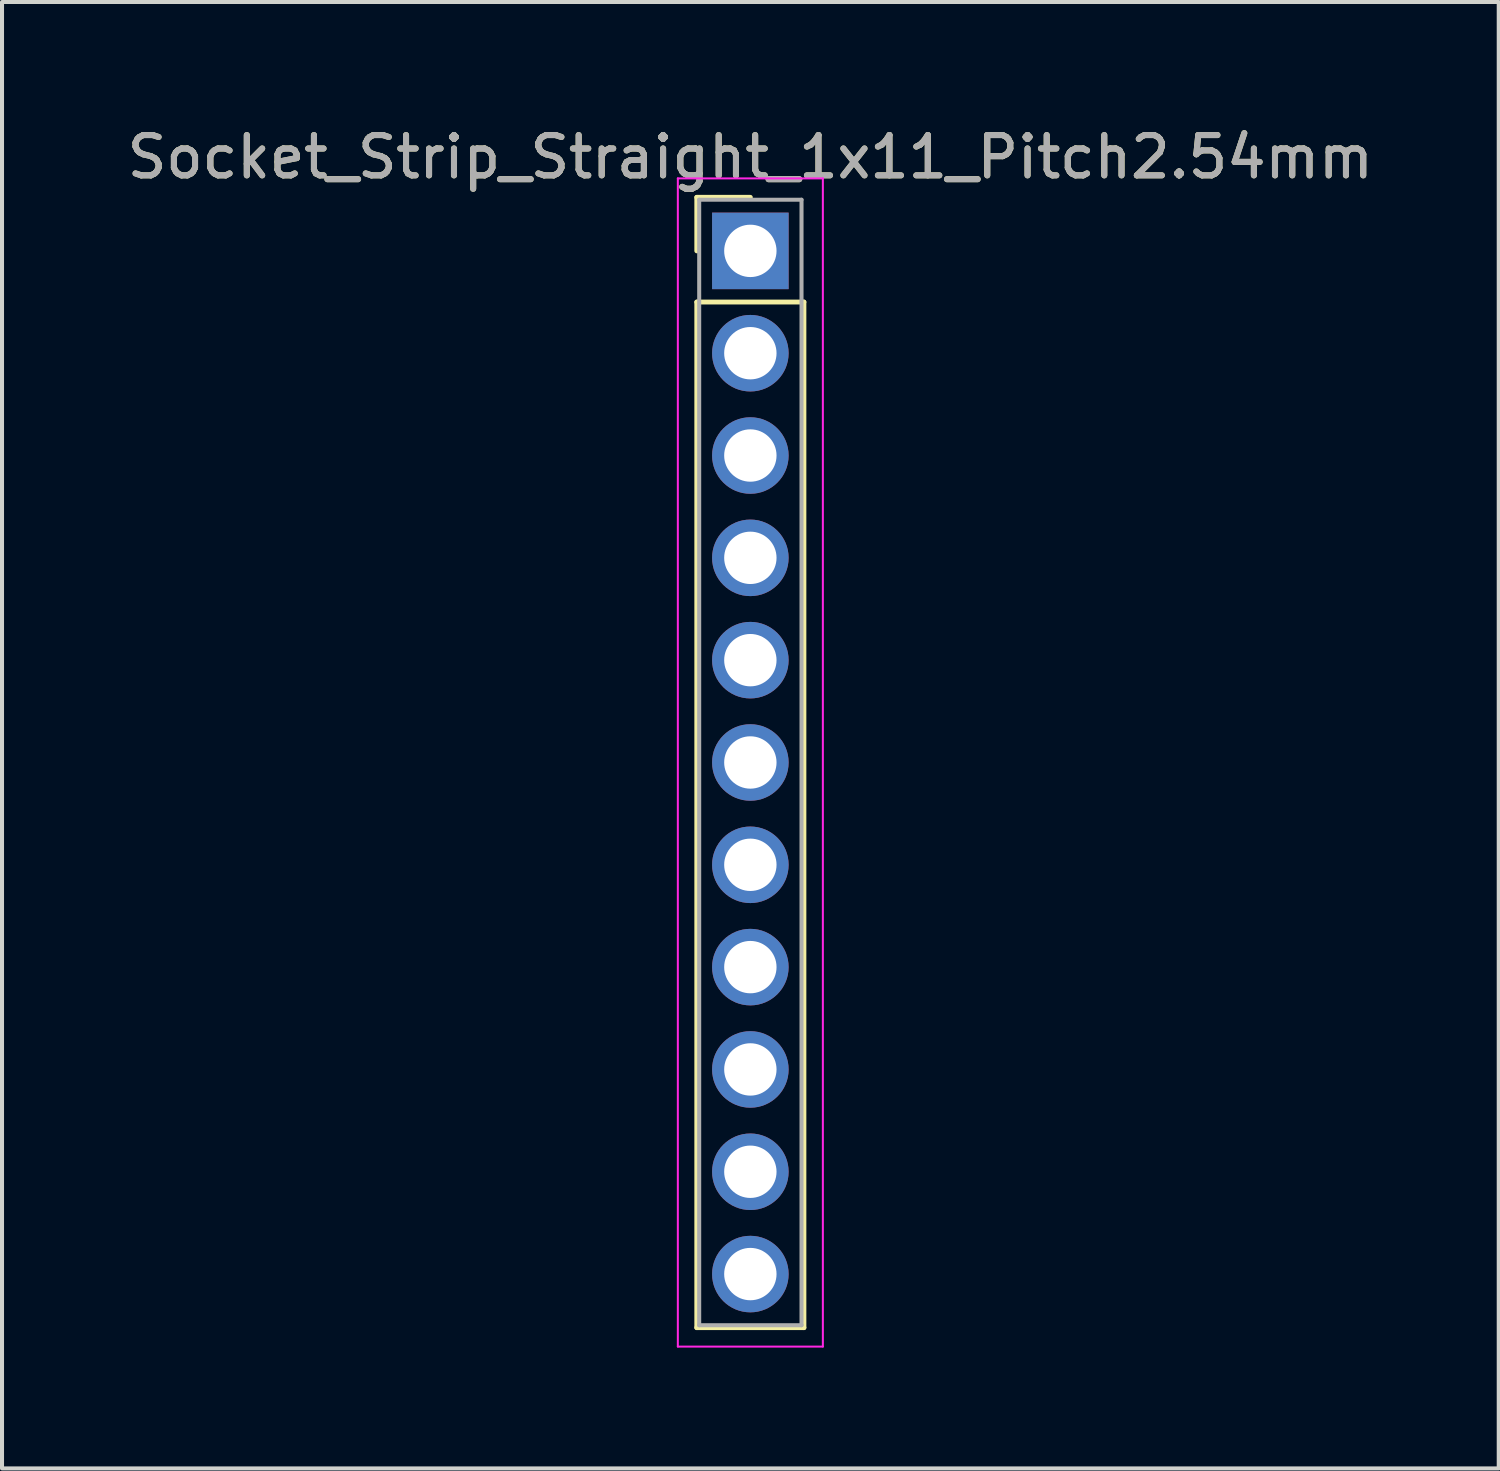
<source format=kicad_pcb>
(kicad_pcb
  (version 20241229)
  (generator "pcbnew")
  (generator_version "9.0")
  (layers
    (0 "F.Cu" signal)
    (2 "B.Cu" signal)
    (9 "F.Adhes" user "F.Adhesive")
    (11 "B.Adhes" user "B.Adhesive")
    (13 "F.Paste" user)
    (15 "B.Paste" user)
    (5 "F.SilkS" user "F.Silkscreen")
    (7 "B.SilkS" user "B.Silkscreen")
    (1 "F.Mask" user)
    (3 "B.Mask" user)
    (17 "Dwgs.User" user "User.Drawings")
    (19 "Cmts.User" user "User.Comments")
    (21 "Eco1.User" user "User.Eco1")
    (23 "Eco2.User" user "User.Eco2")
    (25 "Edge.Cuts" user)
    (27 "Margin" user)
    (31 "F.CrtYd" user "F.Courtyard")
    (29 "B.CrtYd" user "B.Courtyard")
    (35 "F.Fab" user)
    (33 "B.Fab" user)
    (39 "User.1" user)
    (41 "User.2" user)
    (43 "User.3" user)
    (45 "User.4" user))
  (footprint "Socket_Strip_Straight_1x11_Pitch2.54mm"
    (layer "F.Cu")
    (at 15.577 3.178)
    (property "Reference" "Socket_Strip_Straight_1x11_Pitch2.54mm" (at 0 -2.33 0) (layer "F.SilkS") (effects (font (size 1 1) (thickness 0.15))))
    (attr through_hole)
    (fp_line (start -1.33 -1.33) (end 0 -1.33) (stroke (width 0.12) (type solid)) (layer "F.SilkS"))
    (fp_line (start -1.33 0) (end -1.33 -1.33) (stroke (width 0.12) (type solid)) (layer "F.SilkS"))
    (fp_line (start -1.33 1.27) (end -1.33 26.73) (stroke (width 0.12) (type solid)) (layer "F.SilkS"))
    (fp_line (start -1.33 26.73) (end 1.33 26.73) (stroke (width 0.12) (type solid)) (layer "F.SilkS"))
    (fp_line (start 1.33 1.27) (end -1.33 1.27) (stroke (width 0.12) (type solid)) (layer "F.SilkS"))
    (fp_line (start 1.33 26.73) (end 1.33 1.27) (stroke (width 0.12) (type solid)) (layer "F.SilkS"))
    (fp_line (start -1.8 -1.8) (end -1.8 27.2) (stroke (width 0.05) (type solid)) (layer "F.CrtYd"))
    (fp_line (start -1.8 27.2) (end 1.8 27.2) (stroke (width 0.05) (type solid)) (layer "F.CrtYd"))
    (fp_line (start 1.8 -1.8) (end -1.8 -1.8) (stroke (width 0.05) (type solid)) (layer "F.CrtYd"))
    (fp_line (start 1.8 27.2) (end 1.8 -1.8) (stroke (width 0.05) (type solid)) (layer "F.CrtYd"))
    (fp_line (start -1.27 -1.27) (end -1.27 26.67) (stroke (width 0.1) (type solid)) (layer "F.Fab"))
    (fp_line (start -1.27 26.67) (end 1.27 26.67) (stroke (width 0.1) (type solid)) (layer "F.Fab"))
    (fp_line (start 1.27 -1.27) (end -1.27 -1.27) (stroke (width 0.1) (type solid)) (layer "F.Fab"))
    (fp_line (start 1.27 26.67) (end 1.27 -1.27) (stroke (width 0.1) (type solid)) (layer "F.Fab"))
    (fp_text user "${REFERENCE}" (at 0 -2.33 0) (layer "F.Fab") (effects (font (size 1 1) (thickness 0.15))))
    (pad "1" thru_hole rect (at 0 0) (size 1.9 1.9) (drill 1.3) (layers "*.Cu" "*.Mask"))
    (pad "2" thru_hole oval (at 0 2.54) (size 1.9 1.9) (drill 1.3) (layers "*.Cu" "*.Mask"))
    (pad "3" thru_hole oval (at 0 5.08) (size 1.9 1.9) (drill 1.3) (layers "*.Cu" "*.Mask"))
    (pad "4" thru_hole oval (at 0 7.62) (size 1.9 1.9) (drill 1.3) (layers "*.Cu" "*.Mask"))
    (pad "5" thru_hole oval (at 0 10.16) (size 1.9 1.9) (drill 1.3) (layers "*.Cu" "*.Mask"))
    (pad "6" thru_hole oval (at 0 12.7) (size 1.9 1.9) (drill 1.3) (layers "*.Cu" "*.Mask"))
    (pad "7" thru_hole oval (at 0 15.24) (size 1.9 1.9) (drill 1.3) (layers "*.Cu" "*.Mask"))
    (pad "8" thru_hole oval (at 0 17.78) (size 1.9 1.9) (drill 1.3) (layers "*.Cu" "*.Mask"))
    (pad "9" thru_hole oval (at 0 20.32) (size 1.9 1.9) (drill 1.3) (layers "*.Cu" "*.Mask"))
    (pad "10" thru_hole oval (at 0 22.86) (size 1.9 1.9) (drill 1.3) (layers "*.Cu" "*.Mask"))
    (pad "11" thru_hole oval (at 0 25.4) (size 1.9 1.9) (drill 1.3) (layers "*.Cu" "*.Mask")))
  (gr_rect
    (start -3 -3)
    (end 34.155 33.403)
    (stroke (width 0.1) (type default))
    (fill no)
    (layer "Edge.Cuts")))
</source>
